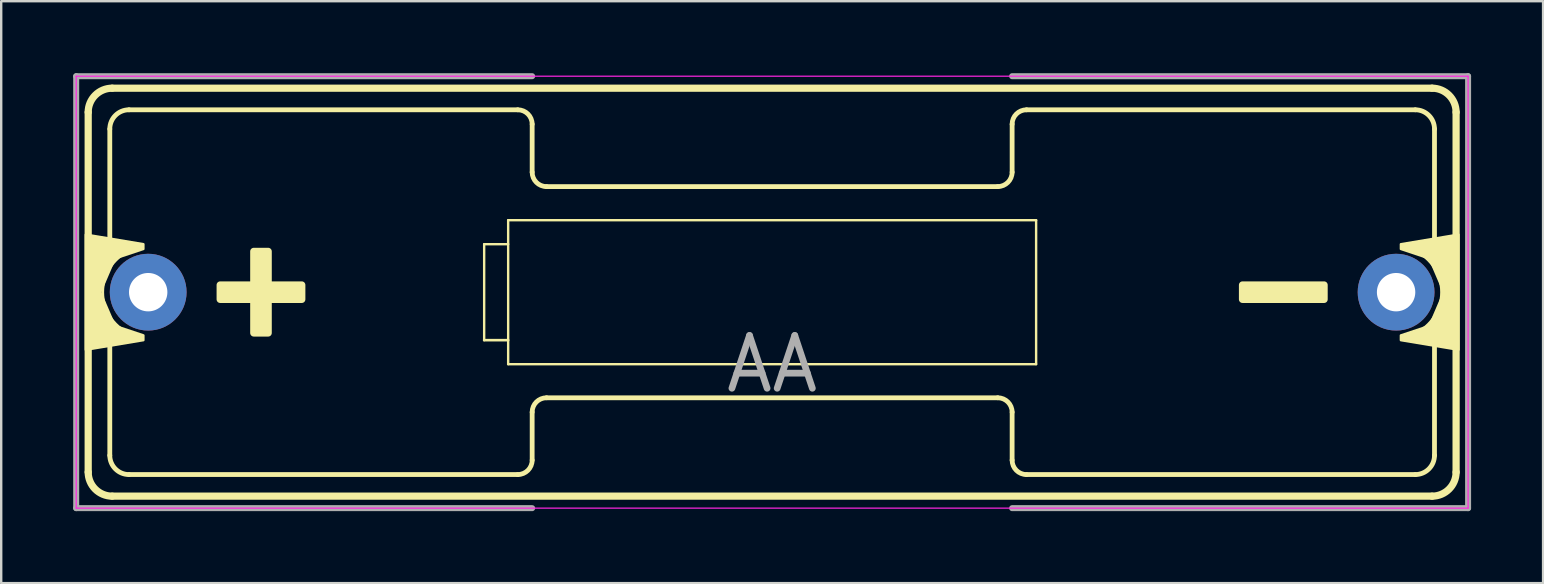
<source format=kicad_pcb>
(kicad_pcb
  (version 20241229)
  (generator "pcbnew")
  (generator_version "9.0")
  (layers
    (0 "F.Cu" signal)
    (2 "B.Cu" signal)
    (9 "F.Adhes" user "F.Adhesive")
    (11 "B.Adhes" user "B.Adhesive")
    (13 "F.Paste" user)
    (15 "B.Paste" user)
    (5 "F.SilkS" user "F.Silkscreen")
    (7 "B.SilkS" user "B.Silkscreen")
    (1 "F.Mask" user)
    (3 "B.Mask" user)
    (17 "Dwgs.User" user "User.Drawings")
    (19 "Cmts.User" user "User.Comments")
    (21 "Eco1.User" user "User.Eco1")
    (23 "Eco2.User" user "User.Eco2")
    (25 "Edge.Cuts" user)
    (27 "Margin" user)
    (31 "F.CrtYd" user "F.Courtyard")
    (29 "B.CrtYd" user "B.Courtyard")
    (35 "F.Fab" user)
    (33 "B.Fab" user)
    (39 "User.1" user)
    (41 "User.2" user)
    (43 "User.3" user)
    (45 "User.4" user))
  (footprint "AA"
    (layer "F.Cu")
    (at 29.125 9.125)
    (property "Reference" "AA" (at 0 3 0) (layer "F.Fab") (effects (font (size 2.2 2.2) (thickness 0.28))))
    (attr through_hole)
    (fp_line (start -28.5 7.5) (end -28.5 -7.5) (stroke (width 0.3) (type solid)) (layer "F.SilkS"))
    (fp_line (start -27.6 -6.8) (end -27.6 -2.2) (stroke (width 0.2) (type solid)) (layer "F.SilkS"))
    (fp_line (start -27.6 2.2) (end -27.6 6.8) (stroke (width 0.2) (type solid)) (layer "F.SilkS"))
    (fp_line (start -27.5 -8.5) (end 27.5 -8.5) (stroke (width 0.3) (type solid)) (layer "F.SilkS"))
    (fp_line (start -27.5 8.5) (end 27.5 8.5) (stroke (width 0.3) (type solid)) (layer "F.SilkS"))
    (fp_line (start -26.8 -7.6) (end -10.6 -7.6) (stroke (width 0.2) (type solid)) (layer "F.SilkS"))
    (fp_line (start -12 -2) (end -12 2) (stroke (width 0.1) (type solid)) (layer "F.SilkS"))
    (fp_line (start -12 2) (end -11 2) (stroke (width 0.11) (type solid)) (layer "F.SilkS"))
    (fp_line (start -11 -3) (end -11 3) (stroke (width 0.1) (type solid)) (layer "F.SilkS"))
    (fp_line (start -11 -2) (end -12 -2) (stroke (width 0.1) (type solid)) (layer "F.SilkS"))
    (fp_line (start -11 3) (end 11 3) (stroke (width 0.1) (type solid)) (layer "F.SilkS"))
    (fp_line (start -10.6 7.6) (end -26.8 7.6) (stroke (width 0.2) (type solid)) (layer "F.SilkS"))
    (fp_line (start -10 -7) (end -10 -5) (stroke (width 0.2) (type solid)) (layer "F.SilkS"))
    (fp_line (start -10 7) (end -10 5) (stroke (width 0.2) (type solid)) (layer "F.SilkS"))
    (fp_line (start -9.4 4.4) (end 9.4 4.4) (stroke (width 0.2) (type solid)) (layer "F.SilkS"))
    (fp_line (start 9.4 -4.4) (end -9.4 -4.4) (stroke (width 0.2) (type solid)) (layer "F.SilkS"))
    (fp_line (start 10 -7) (end 10 -5) (stroke (width 0.2) (type solid)) (layer "F.SilkS"))
    (fp_line (start 10 7) (end 10 5) (stroke (width 0.2) (type solid)) (layer "F.SilkS"))
    (fp_line (start 10.6 -7.6) (end 26.8 -7.6) (stroke (width 0.2) (type solid)) (layer "F.SilkS"))
    (fp_line (start 11 -3) (end -11 -3) (stroke (width 0.1) (type solid)) (layer "F.SilkS"))
    (fp_line (start 11 3) (end 11 -3) (stroke (width 0.1) (type solid)) (layer "F.SilkS"))
    (fp_line (start 26.8 7.6) (end 10.6 7.6) (stroke (width 0.2) (type solid)) (layer "F.SilkS"))
    (fp_line (start 27.6 -6.8) (end 27.6 -2.2) (stroke (width 0.2) (type solid)) (layer "F.SilkS"))
    (fp_line (start 27.6 2.2) (end 27.6 6.8) (stroke (width 0.2) (type solid)) (layer "F.SilkS"))
    (fp_line (start 28.5 7.5) (end 28.5 -7.5) (stroke (width 0.3) (type solid)) (layer "F.SilkS"))
    (fp_arc (start -28.5 -7.5) (mid -28.207107 -8.207107) (end -27.5 -8.5) (stroke (width 0.3) (type solid)) (layer "F.SilkS"))
    (fp_arc (start -27.6 -6.8) (mid -27.365685 -7.365685) (end -26.8 -7.6) (stroke (width 0.2) (type solid)) (layer "F.SilkS"))
    (fp_arc (start -27.5 8.5) (mid -28.207107 8.207107) (end -28.5 7.5) (stroke (width 0.3) (type solid)) (layer "F.SilkS"))
    (fp_arc (start -26.8 7.6) (mid -27.365685 7.365685) (end -27.6 6.8) (stroke (width 0.2) (type solid)) (layer "F.SilkS"))
    (fp_arc (start -26.6 1.8) (mid -27.897367 0) (end -26.6 -1.8) (stroke (width 0.12) (type solid)) (layer "F.SilkS"))
    (fp_arc (start -10.6 -7.6) (mid -10.175736 -7.424264) (end -10 -7) (stroke (width 0.2) (type solid)) (layer "F.SilkS"))
    (fp_arc (start -10 5) (mid -9.824264 4.575736) (end -9.4 4.4) (stroke (width 0.2) (type solid)) (layer "F.SilkS"))
    (fp_arc (start -10 7) (mid -10.175736 7.424264) (end -10.6 7.6) (stroke (width 0.2) (type solid)) (layer "F.SilkS"))
    (fp_arc (start -9.4 -4.4) (mid -9.824264 -4.575736) (end -10 -5) (stroke (width 0.2) (type solid)) (layer "F.SilkS"))
    (fp_arc (start 9.4 4.4) (mid 9.824264 4.575736) (end 10 5) (stroke (width 0.2) (type solid)) (layer "F.SilkS"))
    (fp_arc (start 10 -7) (mid 10.175736 -7.424264) (end 10.6 -7.6) (stroke (width 0.2) (type solid)) (layer "F.SilkS"))
    (fp_arc (start 10 -5) (mid 9.824264 -4.575736) (end 9.4 -4.4) (stroke (width 0.2) (type solid)) (layer "F.SilkS"))
    (fp_arc (start 10.6 7.6) (mid 10.175736 7.424264) (end 10 7) (stroke (width 0.2) (type solid)) (layer "F.SilkS"))
    (fp_arc (start 26.6 -1.8) (mid 27.897367 0) (end 26.6 1.8) (stroke (width 0.12) (type solid)) (layer "F.SilkS"))
    (fp_arc (start 26.8 -7.6) (mid 27.365685 -7.365685) (end 27.6 -6.8) (stroke (width 0.2) (type solid)) (layer "F.SilkS"))
    (fp_arc (start 27.5 -8.5) (mid 28.207107 -8.207107) (end 28.5 -7.5) (stroke (width 0.3) (type solid)) (layer "F.SilkS"))
    (fp_arc (start 27.6 6.8) (mid 27.365685 7.365685) (end 26.8 7.6) (stroke (width 0.2) (type solid)) (layer "F.SilkS"))
    (fp_arc (start 28.5 7.5) (mid 28.207107 8.207107) (end 27.5 8.5) (stroke (width 0.3) (type solid)) (layer "F.SilkS"))
    (fp_poly (pts (xy 19.6 -0.3) (xy 23 -0.3) (xy 23 0.3) (xy 19.6 0.3)) (stroke (width 0.3) (type solid)) (fill yes) (layer "F.SilkS"))
    (fp_poly (pts (xy -28.6 -2.4) (xy -26.2 -2) (xy -26.2 -1.8) (xy -27.4 -1.4) (xy -28 0) (xy -27.4 1.4) (xy -26.2 1.8) (xy -26.2 2) (xy -28.6 2.4)) (stroke (width 0.1) (type solid)) (fill yes) (layer "F.SilkS"))
    (fp_poly (pts (xy 28.6 2.4) (xy 26.2 2) (xy 26.2 1.8) (xy 27.4 1.4) (xy 28 0) (xy 27.4 -1.4) (xy 26.2 -1.8) (xy 26.2 -2) (xy 28.6 -2.4)) (stroke (width 0.1) (type solid)) (fill yes) (layer "F.SilkS"))
    (fp_poly (pts (xy -23 -0.3) (xy -23 0.3) (xy -21.6 0.3) (xy -21.6 1.7) (xy -21 1.7) (xy -21 0.3) (xy -19.6 0.3) (xy -19.6 -0.3) (xy -21 -0.3) (xy -21 -1.7) (xy -21.6 -1.7) (xy -21.6 -0.3)) (stroke (width 0.3) (type solid)) (fill yes) (layer "F.SilkS"))
    (fp_line (start -29 9) (end -29 -9) (stroke (width 0.05) (type solid)) (layer "F.CrtYd"))
    (fp_line (start -29 9) (end 29 9) (stroke (width 0.05) (type solid)) (layer "F.CrtYd"))
    (fp_line (start 29 -9) (end -29 -9) (stroke (width 0.05) (type solid)) (layer "F.CrtYd"))
    (fp_line (start 29 9) (end 29 -9) (stroke (width 0.05) (type solid)) (layer "F.CrtYd"))
    (fp_line (start -29 -9) (end -29 9) (stroke (width 0.25) (type solid)) (layer "F.Fab"))
    (fp_line (start -29 -9) (end -10 -9) (stroke (width 0.25) (type solid)) (layer "F.Fab"))
    (fp_line (start -29 9) (end -10 9) (stroke (width 0.25) (type solid)) (layer "F.Fab"))
    (fp_line (start 10 -9) (end 29 -9) (stroke (width 0.25) (type solid)) (layer "F.Fab"))
    (fp_line (start 10 9) (end 29 9) (stroke (width 0.25) (type solid)) (layer "F.Fab"))
    (fp_line (start 29 -9) (end 29 9) (stroke (width 0.25) (type solid)) (layer "F.Fab"))
    (pad "1" thru_hole circle (at -26 0) (size 3.2 3.2) (drill 1.6) (layers "*.Cu" "*.Mask"))
    (pad "2" thru_hole circle (at 26 0) (size 3.2 3.2) (drill 1.6) (layers "*.Cu" "*.Mask")))
  (gr_rect
    (start -3 -3)
    (end 61.25 21.25)
    (stroke (width 0.1) (type default))
    (fill no)
    (layer "Edge.Cuts")))
</source>
